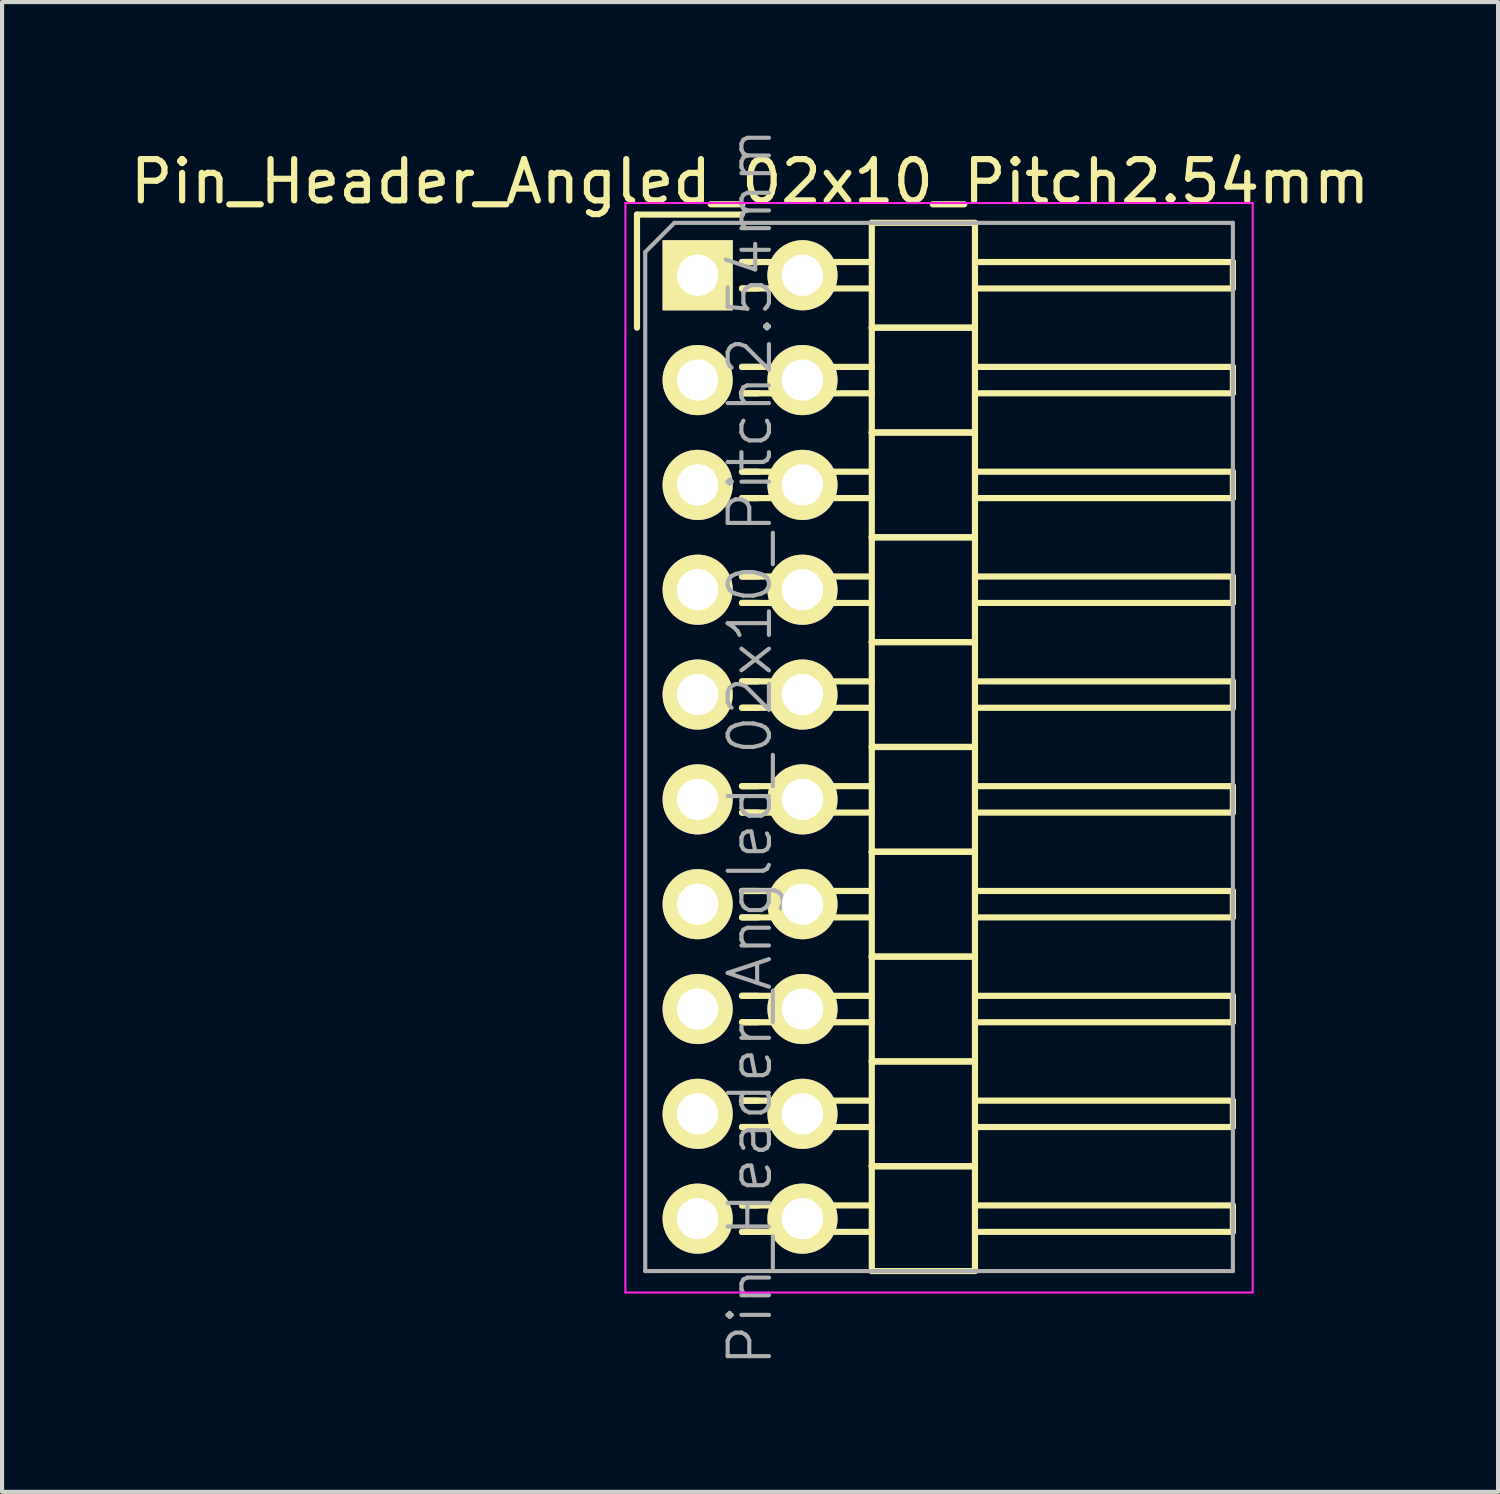
<source format=kicad_pcb>
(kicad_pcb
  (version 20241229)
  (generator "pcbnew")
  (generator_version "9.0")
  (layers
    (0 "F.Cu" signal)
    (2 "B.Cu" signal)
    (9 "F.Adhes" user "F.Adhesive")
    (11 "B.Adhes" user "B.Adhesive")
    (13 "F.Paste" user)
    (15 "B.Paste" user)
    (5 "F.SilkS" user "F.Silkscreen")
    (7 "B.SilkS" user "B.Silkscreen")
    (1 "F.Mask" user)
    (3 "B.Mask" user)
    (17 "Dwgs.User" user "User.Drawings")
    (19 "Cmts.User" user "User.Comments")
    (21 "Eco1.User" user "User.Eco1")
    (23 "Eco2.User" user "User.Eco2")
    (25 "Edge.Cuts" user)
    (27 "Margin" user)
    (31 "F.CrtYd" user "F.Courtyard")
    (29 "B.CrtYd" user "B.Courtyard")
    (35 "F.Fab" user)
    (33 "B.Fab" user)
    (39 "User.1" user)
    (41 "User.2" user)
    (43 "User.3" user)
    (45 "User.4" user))
  (footprint "Pin_Header_Angled_02x10_Pitch2.54mm"
    (layer "F.Cu")
    (at 13.855 3.62)
    (property "Reference" "Pin_Header_Angled_02x10_Pitch2.54mm" (at 1.27 -2.27 0) (layer "F.SilkS") (effects (font (size 1 1) (thickness 0.15))))
    (attr smd)
    (fp_line (start -1.47 -1.47) (end -1.47 1.27) (stroke (width 0.15) (type solid)) (layer "F.SilkS"))
    (fp_line (start -1.47 -1.47) (end 1.07 -1.47) (stroke (width 0.15) (type solid)) (layer "F.SilkS"))
    (fp_line (start 1.465 -0.32) (end 1.075 -0.32) (stroke (width 0.15) (type solid)) (layer "F.SilkS"))
    (fp_line (start 1.465 0.32) (end 1.075 0.32) (stroke (width 0.15) (type solid)) (layer "F.SilkS"))
    (fp_line (start 1.465 2.22) (end 1.075 2.22) (stroke (width 0.15) (type solid)) (layer "F.SilkS"))
    (fp_line (start 1.465 2.86) (end 1.075 2.86) (stroke (width 0.15) (type solid)) (layer "F.SilkS"))
    (fp_line (start 1.465 4.76) (end 1.075 4.76) (stroke (width 0.15) (type solid)) (layer "F.SilkS"))
    (fp_line (start 1.465 5.4) (end 1.075 5.4) (stroke (width 0.15) (type solid)) (layer "F.SilkS"))
    (fp_line (start 1.465 7.3) (end 1.075 7.3) (stroke (width 0.15) (type solid)) (layer "F.SilkS"))
    (fp_line (start 1.465 7.94) (end 1.075 7.94) (stroke (width 0.15) (type solid)) (layer "F.SilkS"))
    (fp_line (start 1.465 9.84) (end 1.075 9.84) (stroke (width 0.15) (type solid)) (layer "F.SilkS"))
    (fp_line (start 1.465 10.48) (end 1.075 10.48) (stroke (width 0.15) (type solid)) (layer "F.SilkS"))
    (fp_line (start 1.465 12.38) (end 1.075 12.38) (stroke (width 0.15) (type solid)) (layer "F.SilkS"))
    (fp_line (start 1.465 13.02) (end 1.075 13.02) (stroke (width 0.15) (type solid)) (layer "F.SilkS"))
    (fp_line (start 1.465 14.92) (end 1.075 14.92) (stroke (width 0.15) (type solid)) (layer "F.SilkS"))
    (fp_line (start 1.465 15.56) (end 1.075 15.56) (stroke (width 0.15) (type solid)) (layer "F.SilkS"))
    (fp_line (start 1.465 17.46) (end 1.075 17.46) (stroke (width 0.15) (type solid)) (layer "F.SilkS"))
    (fp_line (start 1.465 18.1) (end 1.075 18.1) (stroke (width 0.15) (type solid)) (layer "F.SilkS"))
    (fp_line (start 1.465 20) (end 1.075 20) (stroke (width 0.15) (type solid)) (layer "F.SilkS"))
    (fp_line (start 1.465 20.64) (end 1.075 20.64) (stroke (width 0.15) (type solid)) (layer "F.SilkS"))
    (fp_line (start 1.465 22.54) (end 1.075 22.54) (stroke (width 0.15) (type solid)) (layer "F.SilkS"))
    (fp_line (start 1.465 23.18) (end 1.075 23.18) (stroke (width 0.15) (type solid)) (layer "F.SilkS"))
    (fp_line (start 4.22 -0.32) (end 1.075 -0.32) (stroke (width 0.15) (type solid)) (layer "F.SilkS"))
    (fp_line (start 4.22 0.32) (end 1.075 0.32) (stroke (width 0.15) (type solid)) (layer "F.SilkS"))
    (fp_line (start 4.22 1.27) (end 4.22 -1.27) (stroke (width 0.15) (type solid)) (layer "F.SilkS"))
    (fp_line (start 4.22 2.22) (end 1.075 2.22) (stroke (width 0.15) (type solid)) (layer "F.SilkS"))
    (fp_line (start 4.22 2.86) (end 1.075 2.86) (stroke (width 0.15) (type solid)) (layer "F.SilkS"))
    (fp_line (start 4.22 3.81) (end 4.22 1.27) (stroke (width 0.15) (type solid)) (layer "F.SilkS"))
    (fp_line (start 4.22 4.76) (end 1.075 4.76) (stroke (width 0.15) (type solid)) (layer "F.SilkS"))
    (fp_line (start 4.22 5.4) (end 1.075 5.4) (stroke (width 0.15) (type solid)) (layer "F.SilkS"))
    (fp_line (start 4.22 6.35) (end 4.22 3.81) (stroke (width 0.15) (type solid)) (layer "F.SilkS"))
    (fp_line (start 4.22 7.3) (end 1.075 7.3) (stroke (width 0.15) (type solid)) (layer "F.SilkS"))
    (fp_line (start 4.22 7.94) (end 1.075 7.94) (stroke (width 0.15) (type solid)) (layer "F.SilkS"))
    (fp_line (start 4.22 8.89) (end 4.22 6.35) (stroke (width 0.15) (type solid)) (layer "F.SilkS"))
    (fp_line (start 4.22 9.84) (end 1.075 9.84) (stroke (width 0.15) (type solid)) (layer "F.SilkS"))
    (fp_line (start 4.22 10.48) (end 1.075 10.48) (stroke (width 0.15) (type solid)) (layer "F.SilkS"))
    (fp_line (start 4.22 11.43) (end 4.22 8.89) (stroke (width 0.15) (type solid)) (layer "F.SilkS"))
    (fp_line (start 4.22 12.38) (end 1.075 12.38) (stroke (width 0.15) (type solid)) (layer "F.SilkS"))
    (fp_line (start 4.22 13.02) (end 1.075 13.02) (stroke (width 0.15) (type solid)) (layer "F.SilkS"))
    (fp_line (start 4.22 13.97) (end 4.22 11.43) (stroke (width 0.15) (type solid)) (layer "F.SilkS"))
    (fp_line (start 4.22 14.92) (end 1.075 14.92) (stroke (width 0.15) (type solid)) (layer "F.SilkS"))
    (fp_line (start 4.22 15.56) (end 1.075 15.56) (stroke (width 0.15) (type solid)) (layer "F.SilkS"))
    (fp_line (start 4.22 16.51) (end 4.22 13.97) (stroke (width 0.15) (type solid)) (layer "F.SilkS"))
    (fp_line (start 4.22 17.46) (end 1.075 17.46) (stroke (width 0.15) (type solid)) (layer "F.SilkS"))
    (fp_line (start 4.22 18.1) (end 1.075 18.1) (stroke (width 0.15) (type solid)) (layer "F.SilkS"))
    (fp_line (start 4.22 19.05) (end 4.22 16.51) (stroke (width 0.15) (type solid)) (layer "F.SilkS"))
    (fp_line (start 4.22 20) (end 1.075 20) (stroke (width 0.15) (type solid)) (layer "F.SilkS"))
    (fp_line (start 4.22 20.64) (end 1.075 20.64) (stroke (width 0.15) (type solid)) (layer "F.SilkS"))
    (fp_line (start 4.22 21.59) (end 4.22 19.05) (stroke (width 0.15) (type solid)) (layer "F.SilkS"))
    (fp_line (start 4.22 22.54) (end 1.075 22.54) (stroke (width 0.15) (type solid)) (layer "F.SilkS"))
    (fp_line (start 4.22 23.18) (end 1.075 23.18) (stroke (width 0.15) (type solid)) (layer "F.SilkS"))
    (fp_line (start 4.22 24.13) (end 4.22 21.59) (stroke (width 0.15) (type solid)) (layer "F.SilkS"))
    (fp_line (start 6.72 -1.27) (end 4.22 -1.27) (stroke (width 0.15) (type solid)) (layer "F.SilkS"))
    (fp_line (start 6.72 -0.32) (end 12.97 -0.32) (stroke (width 0.15) (type solid)) (layer "F.SilkS"))
    (fp_line (start 6.72 0.32) (end 12.97 0.32) (stroke (width 0.15) (type solid)) (layer "F.SilkS"))
    (fp_line (start 6.72 1.27) (end 4.22 1.27) (stroke (width 0.15) (type solid)) (layer "F.SilkS"))
    (fp_line (start 6.72 1.27) (end 4.22 1.27) (stroke (width 0.15) (type solid)) (layer "F.SilkS"))
    (fp_line (start 6.72 1.27) (end 6.72 -1.27) (stroke (width 0.15) (type solid)) (layer "F.SilkS"))
    (fp_line (start 6.72 2.22) (end 12.97 2.22) (stroke (width 0.15) (type solid)) (layer "F.SilkS"))
    (fp_line (start 6.72 2.86) (end 12.97 2.86) (stroke (width 0.15) (type solid)) (layer "F.SilkS"))
    (fp_line (start 6.72 3.81) (end 4.22 3.81) (stroke (width 0.15) (type solid)) (layer "F.SilkS"))
    (fp_line (start 6.72 3.81) (end 4.22 3.81) (stroke (width 0.15) (type solid)) (layer "F.SilkS"))
    (fp_line (start 6.72 3.81) (end 6.72 1.27) (stroke (width 0.15) (type solid)) (layer "F.SilkS"))
    (fp_line (start 6.72 4.76) (end 12.97 4.76) (stroke (width 0.15) (type solid)) (layer "F.SilkS"))
    (fp_line (start 6.72 5.4) (end 12.97 5.4) (stroke (width 0.15) (type solid)) (layer "F.SilkS"))
    (fp_line (start 6.72 6.35) (end 4.22 6.35) (stroke (width 0.15) (type solid)) (layer "F.SilkS"))
    (fp_line (start 6.72 6.35) (end 4.22 6.35) (stroke (width 0.15) (type solid)) (layer "F.SilkS"))
    (fp_line (start 6.72 6.35) (end 6.72 3.81) (stroke (width 0.15) (type solid)) (layer "F.SilkS"))
    (fp_line (start 6.72 7.3) (end 12.97 7.3) (stroke (width 0.15) (type solid)) (layer "F.SilkS"))
    (fp_line (start 6.72 7.94) (end 12.97 7.94) (stroke (width 0.15) (type solid)) (layer "F.SilkS"))
    (fp_line (start 6.72 8.89) (end 4.22 8.89) (stroke (width 0.15) (type solid)) (layer "F.SilkS"))
    (fp_line (start 6.72 8.89) (end 4.22 8.89) (stroke (width 0.15) (type solid)) (layer "F.SilkS"))
    (fp_line (start 6.72 8.89) (end 6.72 6.35) (stroke (width 0.15) (type solid)) (layer "F.SilkS"))
    (fp_line (start 6.72 9.84) (end 12.97 9.84) (stroke (width 0.15) (type solid)) (layer "F.SilkS"))
    (fp_line (start 6.72 10.48) (end 12.97 10.48) (stroke (width 0.15) (type solid)) (layer "F.SilkS"))
    (fp_line (start 6.72 11.43) (end 4.22 11.43) (stroke (width 0.15) (type solid)) (layer "F.SilkS"))
    (fp_line (start 6.72 11.43) (end 4.22 11.43) (stroke (width 0.15) (type solid)) (layer "F.SilkS"))
    (fp_line (start 6.72 11.43) (end 6.72 8.89) (stroke (width 0.15) (type solid)) (layer "F.SilkS"))
    (fp_line (start 6.72 12.38) (end 12.97 12.38) (stroke (width 0.15) (type solid)) (layer "F.SilkS"))
    (fp_line (start 6.72 13.02) (end 12.97 13.02) (stroke (width 0.15) (type solid)) (layer "F.SilkS"))
    (fp_line (start 6.72 13.97) (end 4.22 13.97) (stroke (width 0.15) (type solid)) (layer "F.SilkS"))
    (fp_line (start 6.72 13.97) (end 4.22 13.97) (stroke (width 0.15) (type solid)) (layer "F.SilkS"))
    (fp_line (start 6.72 13.97) (end 6.72 11.43) (stroke (width 0.15) (type solid)) (layer "F.SilkS"))
    (fp_line (start 6.72 14.92) (end 12.97 14.92) (stroke (width 0.15) (type solid)) (layer "F.SilkS"))
    (fp_line (start 6.72 15.56) (end 12.97 15.56) (stroke (width 0.15) (type solid)) (layer "F.SilkS"))
    (fp_line (start 6.72 16.51) (end 4.22 16.51) (stroke (width 0.15) (type solid)) (layer "F.SilkS"))
    (fp_line (start 6.72 16.51) (end 4.22 16.51) (stroke (width 0.15) (type solid)) (layer "F.SilkS"))
    (fp_line (start 6.72 16.51) (end 6.72 13.97) (stroke (width 0.15) (type solid)) (layer "F.SilkS"))
    (fp_line (start 6.72 17.46) (end 12.97 17.46) (stroke (width 0.15) (type solid)) (layer "F.SilkS"))
    (fp_line (start 6.72 18.1) (end 12.97 18.1) (stroke (width 0.15) (type solid)) (layer "F.SilkS"))
    (fp_line (start 6.72 19.05) (end 4.22 19.05) (stroke (width 0.15) (type solid)) (layer "F.SilkS"))
    (fp_line (start 6.72 19.05) (end 4.22 19.05) (stroke (width 0.15) (type solid)) (layer "F.SilkS"))
    (fp_line (start 6.72 19.05) (end 6.72 16.51) (stroke (width 0.15) (type solid)) (layer "F.SilkS"))
    (fp_line (start 6.72 20) (end 12.97 20) (stroke (width 0.15) (type solid)) (layer "F.SilkS"))
    (fp_line (start 6.72 20.64) (end 12.97 20.64) (stroke (width 0.15) (type solid)) (layer "F.SilkS"))
    (fp_line (start 6.72 21.59) (end 4.22 21.59) (stroke (width 0.15) (type solid)) (layer "F.SilkS"))
    (fp_line (start 6.72 21.59) (end 4.22 21.59) (stroke (width 0.15) (type solid)) (layer "F.SilkS"))
    (fp_line (start 6.72 21.59) (end 6.72 19.05) (stroke (width 0.15) (type solid)) (layer "F.SilkS"))
    (fp_line (start 6.72 22.54) (end 12.97 22.54) (stroke (width 0.15) (type solid)) (layer "F.SilkS"))
    (fp_line (start 6.72 23.18) (end 12.97 23.18) (stroke (width 0.15) (type solid)) (layer "F.SilkS"))
    (fp_line (start 6.72 24.13) (end 4.22 24.13) (stroke (width 0.15) (type solid)) (layer "F.SilkS"))
    (fp_line (start 6.72 24.13) (end 6.72 21.59) (stroke (width 0.15) (type solid)) (layer "F.SilkS"))
    (fp_line (start 12.97 0.32) (end 12.97 -0.32) (stroke (width 0.15) (type solid)) (layer "F.SilkS"))
    (fp_line (start 12.97 2.86) (end 12.97 2.22) (stroke (width 0.15) (type solid)) (layer "F.SilkS"))
    (fp_line (start 12.97 5.4) (end 12.97 4.76) (stroke (width 0.15) (type solid)) (layer "F.SilkS"))
    (fp_line (start 12.97 7.94) (end 12.97 7.3) (stroke (width 0.15) (type solid)) (layer "F.SilkS"))
    (fp_line (start 12.97 10.48) (end 12.97 9.84) (stroke (width 0.15) (type solid)) (layer "F.SilkS"))
    (fp_line (start 12.97 13.02) (end 12.97 12.38) (stroke (width 0.15) (type solid)) (layer "F.SilkS"))
    (fp_line (start 12.97 15.56) (end 12.97 14.92) (stroke (width 0.15) (type solid)) (layer "F.SilkS"))
    (fp_line (start 12.97 18.1) (end 12.97 17.46) (stroke (width 0.15) (type solid)) (layer "F.SilkS"))
    (fp_line (start 12.97 20.64) (end 12.97 20) (stroke (width 0.15) (type solid)) (layer "F.SilkS"))
    (fp_line (start 12.97 23.18) (end 12.97 22.54) (stroke (width 0.15) (type solid)) (layer "F.SilkS"))
    (fp_line (start -1.75 -1.75) (end -1.75 24.65) (stroke (width 0.05) (type solid)) (layer "F.CrtYd"))
    (fp_line (start 13.45 -1.75) (end -1.75 -1.75) (stroke (width 0.05) (type solid)) (layer "F.CrtYd"))
    (fp_line (start 13.45 -1.75) (end 13.45 24.65) (stroke (width 0.05) (type solid)) (layer "F.CrtYd"))
    (fp_line (start 13.45 24.65) (end -1.75 24.65) (stroke (width 0.05) (type solid)) (layer "F.CrtYd"))
    (fp_line (start -1.27 -0.563) (end -0.563 -1.27) (stroke (width 0.1) (type solid)) (layer "F.Fab"))
    (fp_line (start -1.27 24.13) (end -1.27 -0.563) (stroke (width 0.1) (type solid)) (layer "F.Fab"))
    (fp_line (start 12.97 -1.27) (end -0.563 -1.27) (stroke (width 0.1) (type solid)) (layer "F.Fab"))
    (fp_line (start 12.97 24.13) (end -1.27 24.13) (stroke (width 0.1) (type solid)) (layer "F.Fab"))
    (fp_line (start 12.97 24.13) (end 12.97 -1.27) (stroke (width 0.1) (type solid)) (layer "F.Fab"))
    (fp_text user "${REFERENCE}" (at 1.27 11.43 90) (layer "F.Fab") (effects (font (size 1 1) (thickness 0.1))))
    (pad "1" thru_hole rect (at 0 0) (size 1.7 1.7) (drill 1) (layers "*.Cu" "*.Mask" "F.SilkS"))
    (pad "2" thru_hole oval (at 2.54 0) (size 1.7 1.7) (drill 1) (layers "*.Cu" "*.Mask" "F.SilkS"))
    (pad "3" thru_hole oval (at 0 2.54) (size 1.7 1.7) (drill 1) (layers "*.Cu" "*.Mask" "F.SilkS"))
    (pad "4" thru_hole oval (at 2.54 2.54) (size 1.7 1.7) (drill 1) (layers "*.Cu" "*.Mask" "F.SilkS"))
    (pad "5" thru_hole oval (at 0 5.08) (size 1.7 1.7) (drill 1) (layers "*.Cu" "*.Mask" "F.SilkS"))
    (pad "6" thru_hole oval (at 2.54 5.08) (size 1.7 1.7) (drill 1) (layers "*.Cu" "*.Mask" "F.SilkS"))
    (pad "7" thru_hole oval (at 0 7.62) (size 1.7 1.7) (drill 1) (layers "*.Cu" "*.Mask" "F.SilkS"))
    (pad "8" thru_hole oval (at 2.54 7.62) (size 1.7 1.7) (drill 1) (layers "*.Cu" "*.Mask" "F.SilkS"))
    (pad "9" thru_hole oval (at 0 10.16) (size 1.7 1.7) (drill 1) (layers "*.Cu" "*.Mask" "F.SilkS"))
    (pad "10" thru_hole oval (at 2.54 10.16) (size 1.7 1.7) (drill 1) (layers "*.Cu" "*.Mask" "F.SilkS"))
    (pad "11" thru_hole oval (at 0 12.7) (size 1.7 1.7) (drill 1) (layers "*.Cu" "*.Mask" "F.SilkS"))
    (pad "12" thru_hole oval (at 2.54 12.7) (size 1.7 1.7) (drill 1) (layers "*.Cu" "*.Mask" "F.SilkS"))
    (pad "13" thru_hole oval (at 0 15.24) (size 1.7 1.7) (drill 1) (layers "*.Cu" "*.Mask" "F.SilkS"))
    (pad "14" thru_hole oval (at 2.54 15.24) (size 1.7 1.7) (drill 1) (layers "*.Cu" "*.Mask" "F.SilkS"))
    (pad "15" thru_hole oval (at 0 17.78) (size 1.7 1.7) (drill 1) (layers "*.Cu" "*.Mask" "F.SilkS"))
    (pad "16" thru_hole oval (at 2.54 17.78) (size 1.7 1.7) (drill 1) (layers "*.Cu" "*.Mask" "F.SilkS"))
    (pad "17" thru_hole oval (at 0 20.32) (size 1.7 1.7) (drill 1) (layers "*.Cu" "*.Mask" "F.SilkS"))
    (pad "18" thru_hole oval (at 2.54 20.32) (size 1.7 1.7) (drill 1) (layers "*.Cu" "*.Mask" "F.SilkS"))
    (pad "19" thru_hole oval (at 0 22.86) (size 1.7 1.7) (drill 1) (layers "*.Cu" "*.Mask" "F.SilkS"))
    (pad "20" thru_hole oval (at 2.54 22.86) (size 1.7 1.7) (drill 1) (layers "*.Cu" "*.Mask" "F.SilkS")))
  (gr_rect
    (start -3 -3)
    (end 33.25 33.1)
    (stroke (width 0.1) (type default))
    (fill no)
    (layer "Edge.Cuts")))
</source>
